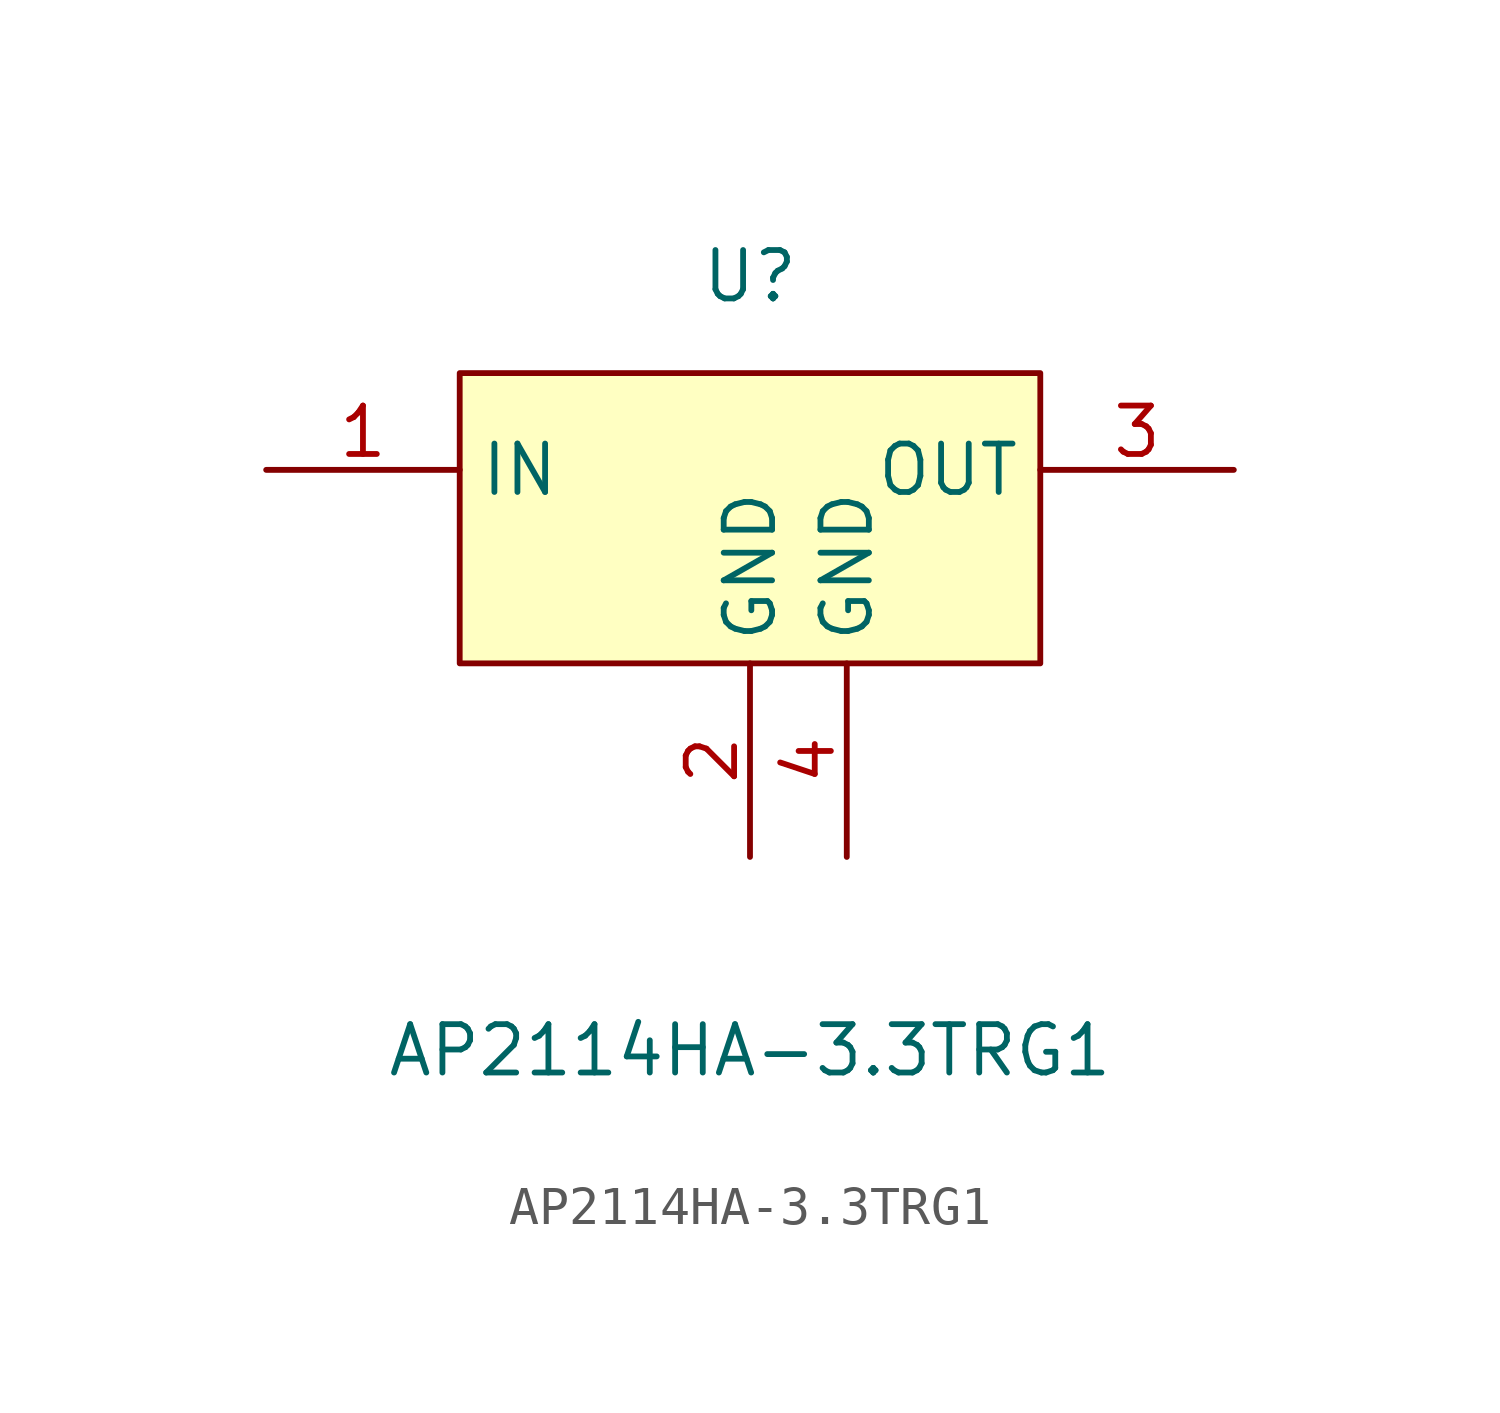
<source format=kicad_sym>
(kicad_symbol_lib
  (version 20241209)
  (generator "kicad_symbol_editor")
  (generator_version "9.0")
  (symbol "AP2114HA-3.3TRG1"
    (property "Reference" "U"
      (at 0 5.08 0)
      (effects (font (size 1.27 1.27))))
    (property "Value" "AP2114HA-3.3TRG1"
      (at 0 -15.24 0)
      (effects (font (size 1.27 1.27))))
    (symbol "AP2114HA-3.3TRG1_0_1"
      (rectangle (start -7.62 2.54) (end 7.62 -5.08) (stroke (width 0) (type default)) (fill (type background)))
      (pin power_in line (at -12.7 0 0) (length 5.08) (name "IN" (effects (font (size 1.27 1.27)))) (number "1" (effects (font (size 1.27 1.27)))))
      (pin power_in line (at 0 -10.16 90) (length 5.08) (name "GND" (effects (font (size 1.27 1.27)))) (number "2" (effects (font (size 1.27 1.27)))))
      (pin power_in line (at 2.54 -10.16 90) (length 5.08) (name "GND" (effects (font (size 1.27 1.27)))) (number "4" (effects (font (size 1.27 1.27)))))
      (pin power_in line (at 12.7 0 180) (length 5.08) (name "OUT" (effects (font (size 1.27 1.27)))) (number "3" (effects (font (size 1.27 1.27))))))))
</source>
